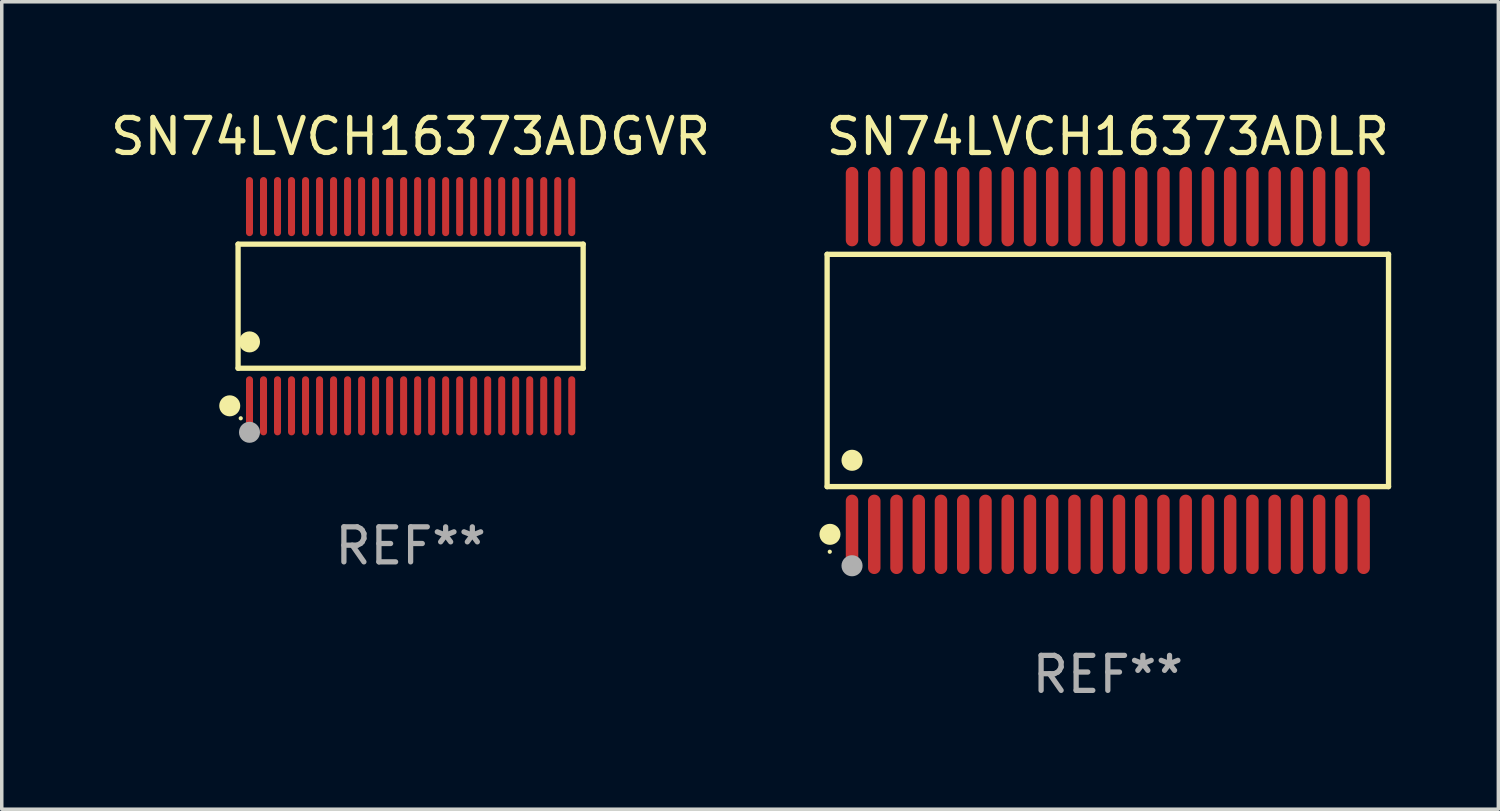
<source format=kicad_pcb>
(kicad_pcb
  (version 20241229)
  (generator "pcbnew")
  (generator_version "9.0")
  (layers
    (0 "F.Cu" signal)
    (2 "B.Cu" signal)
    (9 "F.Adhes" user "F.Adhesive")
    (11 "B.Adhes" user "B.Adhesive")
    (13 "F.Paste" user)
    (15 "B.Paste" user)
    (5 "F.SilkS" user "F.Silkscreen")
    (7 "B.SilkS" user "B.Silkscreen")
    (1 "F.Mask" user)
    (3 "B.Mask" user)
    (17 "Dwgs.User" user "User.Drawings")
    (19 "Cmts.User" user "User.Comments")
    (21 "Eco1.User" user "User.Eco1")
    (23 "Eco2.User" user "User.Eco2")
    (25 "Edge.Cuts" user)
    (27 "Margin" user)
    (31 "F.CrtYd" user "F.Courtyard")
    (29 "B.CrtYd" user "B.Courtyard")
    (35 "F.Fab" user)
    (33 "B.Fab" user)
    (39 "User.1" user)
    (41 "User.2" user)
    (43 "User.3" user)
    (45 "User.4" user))
  (footprint "SN74LVCH16373ADLR"
    (layer "F.Cu")
    (at 28.578 7.527)
    (property "Reference" "SN74LVCH16373ADLR" (at 0 -6.678 0) (layer "F.SilkS") (effects (font (size 1 1) (thickness 0.15))))
    (attr through_hole)
    (fp_line (start -8.014 -3.316) (end 8.014 -3.316) (stroke (width 0.152) (type solid)) (layer "F.SilkS"))
    (fp_line (start -8.014 3.316) (end -8.014 -3.316) (stroke (width 0.152) (type solid)) (layer "F.SilkS"))
    (fp_line (start 8.014 -3.316) (end 8.014 3.316) (stroke (width 0.152) (type solid)) (layer "F.SilkS"))
    (fp_line (start 8.014 3.316) (end -8.014 3.316) (stroke (width 0.152) (type solid)) (layer "F.SilkS"))
    (fp_circle (center -7.938 5.175) (end -7.908 5.175) (stroke (width 0.06) (type solid)) (fill no) (layer "F.SilkS"))
    (fp_circle (center -7.933 4.678) (end -7.783 4.678) (stroke (width 0.3) (type solid)) (fill no) (layer "F.SilkS"))
    (fp_circle (center -7.303 2.564) (end -7.152 2.564) (stroke (width 0.3) (type solid)) (fill no) (layer "F.SilkS"))
    (fp_circle (center -7.303 5.575) (end -7.152 5.575) (stroke (width 0.3) (type solid)) (fill no) (layer "F.Fab"))
    (fp_text user "REF**" (at 0 8.678 0) (layer "F.Fab") (effects (font (size 1 1) (thickness 0.15))))
    (pad "1" smd oval (at -7.303 4.678) (size 0.356 2.267) (layers "F.Cu" "F.Mask" "F.Paste"))
    (pad "2" smd oval (at -6.668 4.678) (size 0.356 2.267) (layers "F.Cu" "F.Mask" "F.Paste"))
    (pad "3" smd oval (at -6.033 4.678) (size 0.356 2.267) (layers "F.Cu" "F.Mask" "F.Paste"))
    (pad "4" smd oval (at -5.398 4.678) (size 0.356 2.267) (layers "F.Cu" "F.Mask" "F.Paste"))
    (pad "5" smd oval (at -4.763 4.678) (size 0.356 2.267) (layers "F.Cu" "F.Mask" "F.Paste"))
    (pad "6" smd oval (at -4.128 4.678) (size 0.356 2.267) (layers "F.Cu" "F.Mask" "F.Paste"))
    (pad "7" smd oval (at -3.493 4.678) (size 0.356 2.267) (layers "F.Cu" "F.Mask" "F.Paste"))
    (pad "8" smd oval (at -2.858 4.678) (size 0.356 2.267) (layers "F.Cu" "F.Mask" "F.Paste"))
    (pad "9" smd oval (at -2.223 4.678) (size 0.356 2.267) (layers "F.Cu" "F.Mask" "F.Paste"))
    (pad "10" smd oval (at -1.588 4.678) (size 0.356 2.267) (layers "F.Cu" "F.Mask" "F.Paste"))
    (pad "11" smd oval (at -0.953 4.678) (size 0.356 2.267) (layers "F.Cu" "F.Mask" "F.Paste"))
    (pad "12" smd oval (at -0.318 4.678) (size 0.356 2.267) (layers "F.Cu" "F.Mask" "F.Paste"))
    (pad "13" smd oval (at 0.318 4.678) (size 0.356 2.267) (layers "F.Cu" "F.Mask" "F.Paste"))
    (pad "14" smd oval (at 0.953 4.678) (size 0.356 2.267) (layers "F.Cu" "F.Mask" "F.Paste"))
    (pad "15" smd oval (at 1.588 4.678) (size 0.356 2.267) (layers "F.Cu" "F.Mask" "F.Paste"))
    (pad "16" smd oval (at 2.223 4.678) (size 0.356 2.267) (layers "F.Cu" "F.Mask" "F.Paste"))
    (pad "17" smd oval (at 2.858 4.678) (size 0.356 2.267) (layers "F.Cu" "F.Mask" "F.Paste"))
    (pad "18" smd oval (at 3.493 4.678) (size 0.356 2.267) (layers "F.Cu" "F.Mask" "F.Paste"))
    (pad "19" smd oval (at 4.128 4.678) (size 0.356 2.267) (layers "F.Cu" "F.Mask" "F.Paste"))
    (pad "20" smd oval (at 4.763 4.678) (size 0.356 2.267) (layers "F.Cu" "F.Mask" "F.Paste"))
    (pad "21" smd oval (at 5.398 4.678) (size 0.356 2.267) (layers "F.Cu" "F.Mask" "F.Paste"))
    (pad "22" smd oval (at 6.033 4.678) (size 0.356 2.267) (layers "F.Cu" "F.Mask" "F.Paste"))
    (pad "23" smd oval (at 6.668 4.678) (size 0.356 2.267) (layers "F.Cu" "F.Mask" "F.Paste"))
    (pad "24" smd oval (at 7.303 4.678) (size 0.356 2.267) (layers "F.Cu" "F.Mask" "F.Paste"))
    (pad "25" smd oval (at 7.303 -4.678) (size 0.356 2.267) (layers "F.Cu" "F.Mask" "F.Paste"))
    (pad "26" smd oval (at 6.668 -4.678) (size 0.356 2.267) (layers "F.Cu" "F.Mask" "F.Paste"))
    (pad "27" smd oval (at 6.033 -4.678) (size 0.356 2.267) (layers "F.Cu" "F.Mask" "F.Paste"))
    (pad "28" smd oval (at 5.398 -4.678) (size 0.356 2.267) (layers "F.Cu" "F.Mask" "F.Paste"))
    (pad "29" smd oval (at 4.763 -4.678) (size 0.356 2.267) (layers "F.Cu" "F.Mask" "F.Paste"))
    (pad "30" smd oval (at 4.128 -4.678) (size 0.356 2.267) (layers "F.Cu" "F.Mask" "F.Paste"))
    (pad "31" smd oval (at 3.493 -4.678) (size 0.356 2.267) (layers "F.Cu" "F.Mask" "F.Paste"))
    (pad "32" smd oval (at 2.858 -4.678) (size 0.356 2.267) (layers "F.Cu" "F.Mask" "F.Paste"))
    (pad "33" smd oval (at 2.223 -4.678) (size 0.356 2.267) (layers "F.Cu" "F.Mask" "F.Paste"))
    (pad "34" smd oval (at 1.588 -4.678) (size 0.356 2.267) (layers "F.Cu" "F.Mask" "F.Paste"))
    (pad "35" smd oval (at 0.953 -4.678) (size 0.356 2.267) (layers "F.Cu" "F.Mask" "F.Paste"))
    (pad "36" smd oval (at 0.318 -4.678) (size 0.356 2.267) (layers "F.Cu" "F.Mask" "F.Paste"))
    (pad "37" smd oval (at -0.318 -4.678) (size 0.356 2.267) (layers "F.Cu" "F.Mask" "F.Paste"))
    (pad "38" smd oval (at -0.953 -4.678) (size 0.356 2.267) (layers "F.Cu" "F.Mask" "F.Paste"))
    (pad "39" smd oval (at -1.588 -4.678) (size 0.356 2.267) (layers "F.Cu" "F.Mask" "F.Paste"))
    (pad "40" smd oval (at -2.223 -4.678) (size 0.356 2.267) (layers "F.Cu" "F.Mask" "F.Paste"))
    (pad "41" smd oval (at -2.858 -4.678) (size 0.356 2.267) (layers "F.Cu" "F.Mask" "F.Paste"))
    (pad "42" smd oval (at -3.493 -4.678) (size 0.356 2.267) (layers "F.Cu" "F.Mask" "F.Paste"))
    (pad "43" smd oval (at -4.128 -4.678) (size 0.356 2.267) (layers "F.Cu" "F.Mask" "F.Paste"))
    (pad "44" smd oval (at -4.763 -4.678) (size 0.356 2.267) (layers "F.Cu" "F.Mask" "F.Paste"))
    (pad "45" smd oval (at -5.398 -4.678) (size 0.356 2.267) (layers "F.Cu" "F.Mask" "F.Paste"))
    (pad "46" smd oval (at -6.033 -4.678) (size 0.356 2.267) (layers "F.Cu" "F.Mask" "F.Paste"))
    (pad "47" smd oval (at -6.668 -4.678) (size 0.356 2.267) (layers "F.Cu" "F.Mask" "F.Paste"))
    (pad "48" smd oval (at -7.303 -4.678) (size 0.356 2.267) (layers "F.Cu" "F.Mask" "F.Paste")))
  (footprint "SN74LVCH16373ADGVR"
    (layer "F.Cu")
    (at 8.673 5.692)
    (property "Reference" "SN74LVCH16373ADGVR" (at 0 -4.844 0) (layer "F.SilkS") (effects (font (size 1 1) (thickness 0.15))))
    (attr through_hole)
    (fp_line (start -4.926 -1.771) (end 4.926 -1.771) (stroke (width 0.152) (type solid)) (layer "F.SilkS"))
    (fp_line (start -4.926 1.771) (end -4.926 -1.771) (stroke (width 0.152) (type solid)) (layer "F.SilkS"))
    (fp_line (start 4.926 -1.771) (end 4.926 1.771) (stroke (width 0.152) (type solid)) (layer "F.SilkS"))
    (fp_line (start 4.926 1.771) (end -4.926 1.771) (stroke (width 0.152) (type solid)) (layer "F.SilkS"))
    (fp_circle (center -5.164 2.844) (end -5.014 2.844) (stroke (width 0.3) (type solid)) (fill no) (layer "F.SilkS"))
    (fp_circle (center -4.85 3.2) (end -4.82 3.2) (stroke (width 0.06) (type solid)) (fill no) (layer "F.SilkS"))
    (fp_circle (center -4.6 1.019) (end -4.45 1.019) (stroke (width 0.3) (type solid)) (fill no) (layer "F.SilkS"))
    (fp_circle (center -4.6 3.6) (end -4.45 3.6) (stroke (width 0.3) (type solid)) (fill no) (layer "F.Fab"))
    (fp_text user "REF**" (at 0 6.844 0) (layer "F.Fab") (effects (font (size 1 1) (thickness 0.15))))
    (pad "1" smd oval (at -4.6 2.844) (size 0.2 1.687) (layers "F.Cu" "F.Mask" "F.Paste"))
    (pad "2" smd oval (at -4.2 2.844) (size 0.2 1.687) (layers "F.Cu" "F.Mask" "F.Paste"))
    (pad "3" smd oval (at -3.8 2.844) (size 0.2 1.687) (layers "F.Cu" "F.Mask" "F.Paste"))
    (pad "4" smd oval (at -3.4 2.844) (size 0.2 1.687) (layers "F.Cu" "F.Mask" "F.Paste"))
    (pad "5" smd oval (at -3 2.844) (size 0.2 1.687) (layers "F.Cu" "F.Mask" "F.Paste"))
    (pad "6" smd oval (at -2.6 2.844) (size 0.2 1.687) (layers "F.Cu" "F.Mask" "F.Paste"))
    (pad "7" smd oval (at -2.2 2.844) (size 0.2 1.687) (layers "F.Cu" "F.Mask" "F.Paste"))
    (pad "8" smd oval (at -1.8 2.844) (size 0.2 1.687) (layers "F.Cu" "F.Mask" "F.Paste"))
    (pad "9" smd oval (at -1.4 2.844) (size 0.2 1.687) (layers "F.Cu" "F.Mask" "F.Paste"))
    (pad "10" smd oval (at -1 2.844) (size 0.2 1.687) (layers "F.Cu" "F.Mask" "F.Paste"))
    (pad "11" smd oval (at -0.6 2.844) (size 0.2 1.687) (layers "F.Cu" "F.Mask" "F.Paste"))
    (pad "12" smd oval (at -0.2 2.844) (size 0.2 1.687) (layers "F.Cu" "F.Mask" "F.Paste"))
    (pad "13" smd oval (at 0.2 2.844) (size 0.2 1.687) (layers "F.Cu" "F.Mask" "F.Paste"))
    (pad "14" smd oval (at 0.6 2.844) (size 0.2 1.687) (layers "F.Cu" "F.Mask" "F.Paste"))
    (pad "15" smd oval (at 1 2.844) (size 0.2 1.687) (layers "F.Cu" "F.Mask" "F.Paste"))
    (pad "16" smd oval (at 1.4 2.844) (size 0.2 1.687) (layers "F.Cu" "F.Mask" "F.Paste"))
    (pad "17" smd oval (at 1.8 2.844) (size 0.2 1.687) (layers "F.Cu" "F.Mask" "F.Paste"))
    (pad "18" smd oval (at 2.2 2.844) (size 0.2 1.687) (layers "F.Cu" "F.Mask" "F.Paste"))
    (pad "19" smd oval (at 2.6 2.844) (size 0.2 1.687) (layers "F.Cu" "F.Mask" "F.Paste"))
    (pad "20" smd oval (at 3 2.844) (size 0.2 1.687) (layers "F.Cu" "F.Mask" "F.Paste"))
    (pad "21" smd oval (at 3.4 2.844) (size 0.2 1.687) (layers "F.Cu" "F.Mask" "F.Paste"))
    (pad "22" smd oval (at 3.8 2.844) (size 0.2 1.687) (layers "F.Cu" "F.Mask" "F.Paste"))
    (pad "23" smd oval (at 4.2 2.844) (size 0.2 1.687) (layers "F.Cu" "F.Mask" "F.Paste"))
    (pad "24" smd oval (at 4.6 2.844) (size 0.2 1.687) (layers "F.Cu" "F.Mask" "F.Paste"))
    (pad "25" smd oval (at 4.6 -2.844) (size 0.2 1.687) (layers "F.Cu" "F.Mask" "F.Paste"))
    (pad "26" smd oval (at 4.2 -2.844) (size 0.2 1.687) (layers "F.Cu" "F.Mask" "F.Paste"))
    (pad "27" smd oval (at 3.8 -2.844) (size 0.2 1.687) (layers "F.Cu" "F.Mask" "F.Paste"))
    (pad "28" smd oval (at 3.4 -2.844) (size 0.2 1.687) (layers "F.Cu" "F.Mask" "F.Paste"))
    (pad "29" smd oval (at 3 -2.844) (size 0.2 1.687) (layers "F.Cu" "F.Mask" "F.Paste"))
    (pad "30" smd oval (at 2.6 -2.844) (size 0.2 1.687) (layers "F.Cu" "F.Mask" "F.Paste"))
    (pad "31" smd oval (at 2.2 -2.844) (size 0.2 1.687) (layers "F.Cu" "F.Mask" "F.Paste"))
    (pad "32" smd oval (at 1.8 -2.844) (size 0.2 1.687) (layers "F.Cu" "F.Mask" "F.Paste"))
    (pad "33" smd oval (at 1.4 -2.844) (size 0.2 1.687) (layers "F.Cu" "F.Mask" "F.Paste"))
    (pad "34" smd oval (at 1 -2.844) (size 0.2 1.687) (layers "F.Cu" "F.Mask" "F.Paste"))
    (pad "35" smd oval (at 0.6 -2.844) (size 0.2 1.687) (layers "F.Cu" "F.Mask" "F.Paste"))
    (pad "36" smd oval (at 0.2 -2.844) (size 0.2 1.687) (layers "F.Cu" "F.Mask" "F.Paste"))
    (pad "37" smd oval (at -0.2 -2.844) (size 0.2 1.687) (layers "F.Cu" "F.Mask" "F.Paste"))
    (pad "38" smd oval (at -0.6 -2.844) (size 0.2 1.687) (layers "F.Cu" "F.Mask" "F.Paste"))
    (pad "39" smd oval (at -1 -2.844) (size 0.2 1.687) (layers "F.Cu" "F.Mask" "F.Paste"))
    (pad "40" smd oval (at -1.4 -2.844) (size 0.2 1.687) (layers "F.Cu" "F.Mask" "F.Paste"))
    (pad "41" smd oval (at -1.8 -2.844) (size 0.2 1.687) (layers "F.Cu" "F.Mask" "F.Paste"))
    (pad "42" smd oval (at -2.2 -2.844) (size 0.2 1.687) (layers "F.Cu" "F.Mask" "F.Paste"))
    (pad "43" smd oval (at -2.6 -2.844) (size 0.2 1.687) (layers "F.Cu" "F.Mask" "F.Paste"))
    (pad "44" smd oval (at -3 -2.844) (size 0.2 1.687) (layers "F.Cu" "F.Mask" "F.Paste"))
    (pad "45" smd oval (at -3.4 -2.844) (size 0.2 1.687) (layers "F.Cu" "F.Mask" "F.Paste"))
    (pad "46" smd oval (at -3.8 -2.844) (size 0.2 1.687) (layers "F.Cu" "F.Mask" "F.Paste"))
    (pad "47" smd oval (at -4.2 -2.844) (size 0.2 1.687) (layers "F.Cu" "F.Mask" "F.Paste"))
    (pad "48" smd oval (at -4.6 -2.844) (size 0.2 1.687) (layers "F.Cu" "F.Mask" "F.Paste")))
  (gr_rect
    (start -3 -3)
    (end 39.727 20.053)
    (stroke (width 0.1) (type default))
    (fill no)
    (layer "Edge.Cuts")))
</source>
